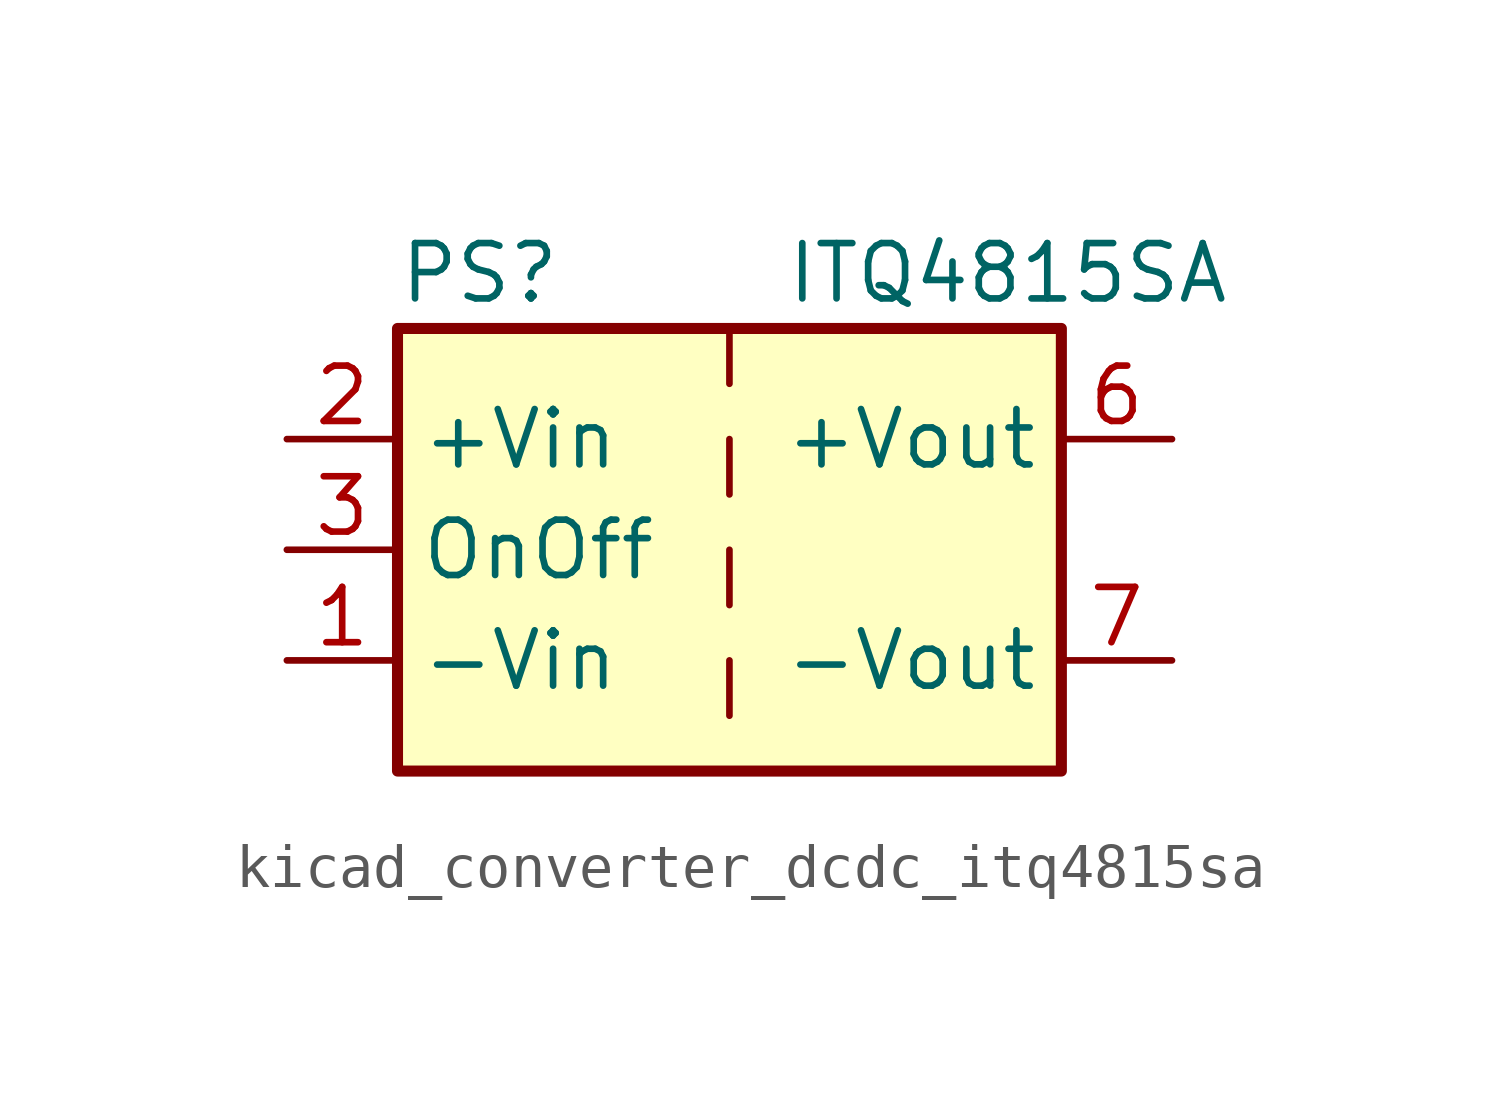
<source format=kicad_sym>
(kicad_symbol_lib
  (version 20220914)
  (generator kicad_symbol_editor)
  (symbol "kicad_converter_dcdc_itq4815sa"
    (property "Reference" "PS"
      (at -7.62 6.35 0)
      (effects (font (size 1.27 1.27)) (justify left)))
    (property "Value" "ITQ4815SA"
      (at 1.27 6.35 0)
      (effects (font (size 1.27 1.27)) (justify left)))
    (symbol "kicad_converter_dcdc_itq4815sa_0_0"
      (pin power_in line (at -10.16 -2.54 0) (length 2.54) (name "-Vin" (effects (font (size 1.27 1.27)))) (number "1" (effects (font (size 1.27 1.27)))))
      (pin power_in line (at -10.16 2.54 0) (length 2.54) (name "+Vin" (effects (font (size 1.27 1.27)))) (number "2" (effects (font (size 1.27 1.27)))))
      (pin input line (at -10.16 0 0) (length 2.54) (name "OnOff" (effects (font (size 1.27 1.27)))) (number "3" (effects (font (size 1.27 1.27)))))
      (pin no_connect line (at 0 5.08 270) (length 2.54) hide (name "NC" (effects (font (size 1.27 1.27)))) (number "5" (effects (font (size 1.27 1.27)))))
      (pin power_out line (at 10.16 2.54 180) (length 2.54) (name "+Vout" (effects (font (size 1.27 1.27)))) (number "6" (effects (font (size 1.27 1.27)))))
      (pin power_out line (at 10.16 -2.54 180) (length 2.54) (name "-Vout" (effects (font (size 1.27 1.27)))) (number "7" (effects (font (size 1.27 1.27)))))
      (pin no_connect line (at 7.62 0 180) (length 2.54) hide (name "NC" (effects (font (size 1.27 1.27)))) (number "8" (effects (font (size 1.27 1.27))))))
    (symbol "kicad_converter_dcdc_itq4815sa_0_1"
      (rectangle (start -7.62 5.08) (end 7.62 -5.08) (stroke (width 0.254) (type default)) (fill (type background)))
      (polyline (pts (xy 0 -2.54) (xy 0 -3.81)) (stroke (width 0) (type default)) (fill (type none)))
      (polyline (pts (xy 0 0) (xy 0 -1.27)) (stroke (width 0) (type default)) (fill (type none)))
      (polyline (pts (xy 0 2.54) (xy 0 1.27)) (stroke (width 0) (type default)) (fill (type none)))
      (polyline (pts (xy 0 5.08) (xy 0 3.81)) (stroke (width 0) (type default)) (fill (type none))))))
</source>
